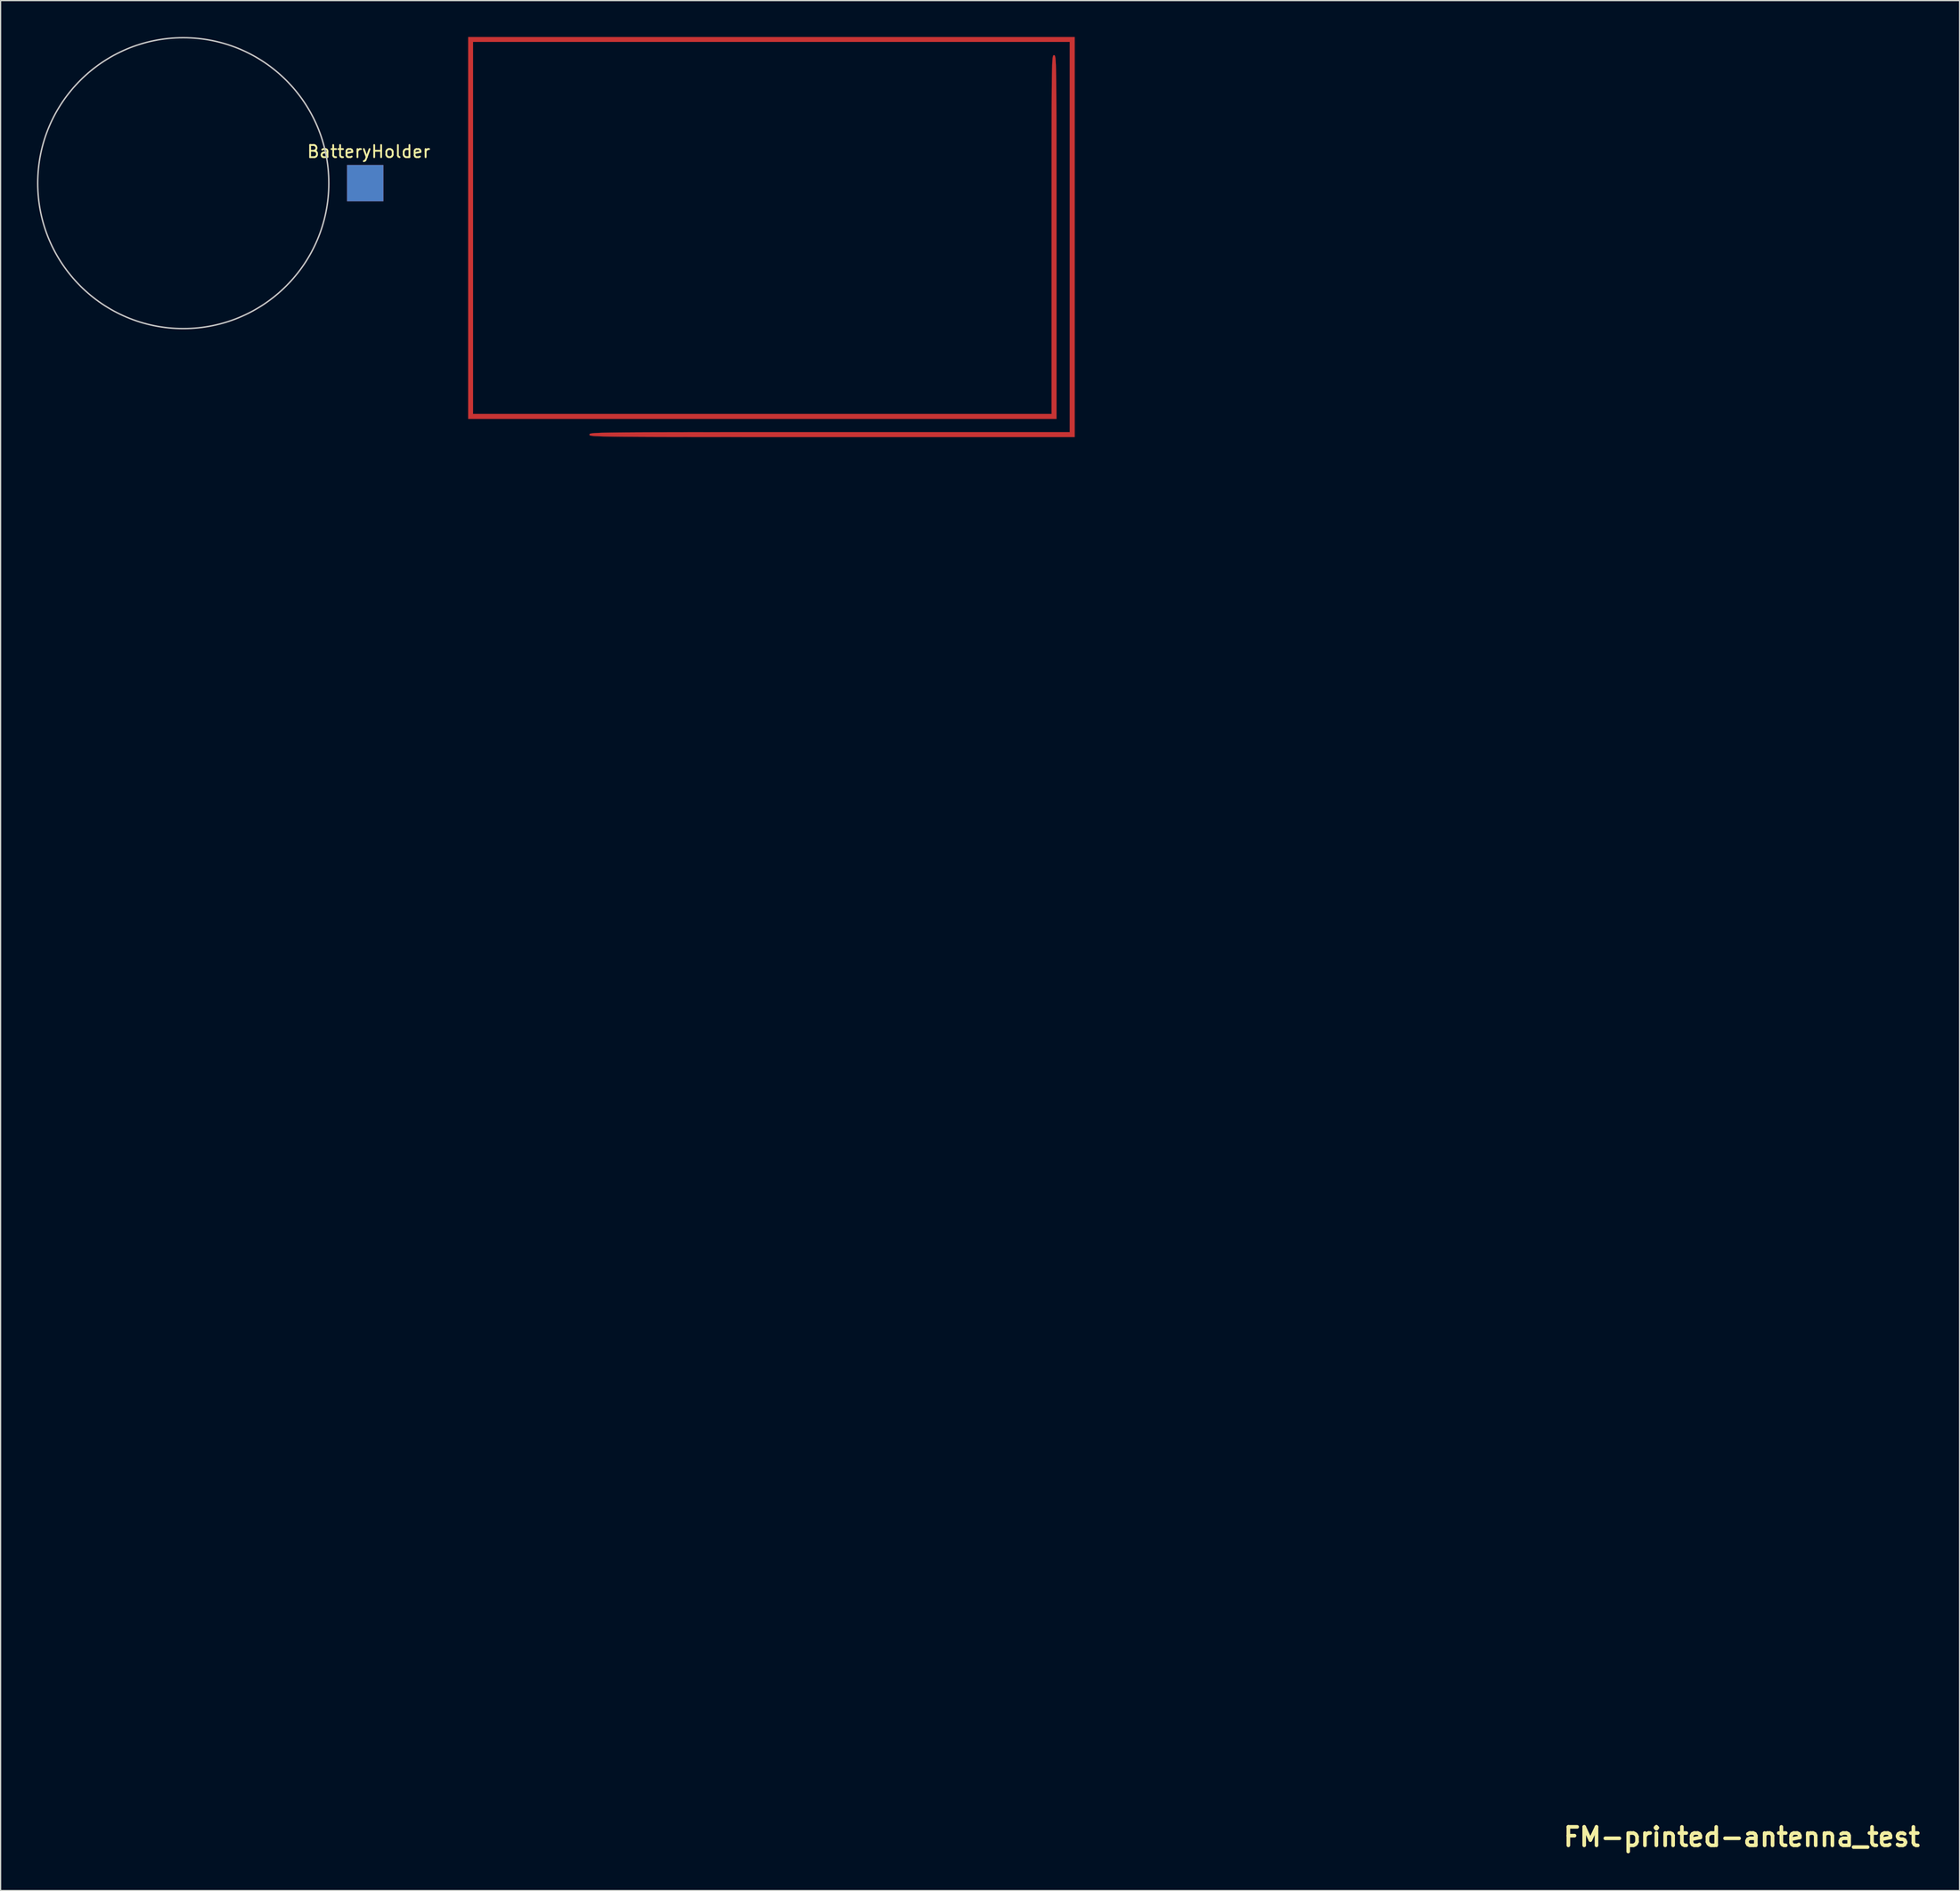
<source format=kicad_pcb>
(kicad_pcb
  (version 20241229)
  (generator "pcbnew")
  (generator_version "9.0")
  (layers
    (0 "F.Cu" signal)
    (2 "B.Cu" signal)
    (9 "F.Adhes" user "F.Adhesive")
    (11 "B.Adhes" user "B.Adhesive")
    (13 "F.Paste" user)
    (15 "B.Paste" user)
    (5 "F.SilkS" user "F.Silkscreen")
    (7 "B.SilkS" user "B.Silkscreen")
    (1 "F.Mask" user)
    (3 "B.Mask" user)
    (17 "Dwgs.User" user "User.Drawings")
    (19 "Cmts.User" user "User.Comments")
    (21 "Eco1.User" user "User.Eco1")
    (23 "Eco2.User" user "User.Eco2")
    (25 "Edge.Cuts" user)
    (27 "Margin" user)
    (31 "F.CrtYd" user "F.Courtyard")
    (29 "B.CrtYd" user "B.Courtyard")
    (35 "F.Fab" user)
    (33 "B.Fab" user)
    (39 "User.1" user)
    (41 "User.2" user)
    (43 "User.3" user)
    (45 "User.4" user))
  (footprint "FM-printed-antenna_test"
    (layer "F.Cu")
    (at 140.551 148.505)
    (property "Reference" "FM-printed-antenna_test" (at 0 0 0) (layer "F.SilkS") (effects (font (size 1.524 1.524) (thickness 0.3))))
    (attr through_hole)
    (fp_poly (pts (xy -55 -115.5) (xy -75 -115.5) (xy -77.351 -115.5) (xy -79.51 -115.5) (xy -81.485 -115.5) (xy -83.285 -115.501) (xy -84.918 -115.502) (xy -86.391 -115.503) (xy -87.713 -115.505) (xy -88.893 -115.507) (xy -89.938 -115.51) (xy -90.856 -115.514) (xy -91.656 -115.519) (xy -92.346 -115.524) (xy -92.933 -115.53) (xy -93.427 -115.538) (xy -93.835 -115.547) (xy -94.166 -115.557) (xy -94.427 -115.568) (xy -94.627 -115.58) (xy -94.774 -115.595) (xy -94.877 -115.61) (xy -94.942 -115.628) (xy -94.979 -115.647) (xy -94.995 -115.667) (xy -95 -115.69) (xy -95 -115.7) (xy -94.998 -115.724) (xy -94.988 -115.745) (xy -94.96 -115.765) (xy -94.907 -115.783) (xy -94.821 -115.8) (xy -94.692 -115.814) (xy -94.514 -115.828) (xy -94.278 -115.839) (xy -93.976 -115.85) (xy -93.598 -115.859) (xy -93.139 -115.867) (xy -92.588 -115.874) (xy -91.938 -115.88) (xy -91.181 -115.885) (xy -90.308 -115.889) (xy -89.311 -115.892) (xy -88.183 -115.894) (xy -86.914 -115.896) (xy -85.497 -115.898) (xy -83.923 -115.899) (xy -82.185 -115.899) (xy -80.273 -115.9) (xy -78.18 -115.9) (xy -75.898 -115.9) (xy -55.4 -115.9) (xy -55.4 -148.1) (xy -104.6 -148.1) (xy -104.6 -117.4) (xy -56.9 -117.4) (xy -56.9 -132.2) (xy -56.9 -134.209) (xy -56.9 -136.027) (xy -56.899 -137.664) (xy -56.899 -139.13) (xy -56.897 -140.433) (xy -56.895 -141.585) (xy -56.892 -142.593) (xy -56.889 -143.467) (xy -56.884 -144.218) (xy -56.878 -144.853) (xy -56.871 -145.384) (xy -56.862 -145.819) (xy -56.852 -146.168) (xy -56.84 -146.441) (xy -56.826 -146.646) (xy -56.811 -146.794) (xy -56.793 -146.893) (xy -56.773 -146.954) (xy -56.751 -146.986) (xy -56.727 -146.998) (xy -56.7 -147) (xy -56.673 -146.998) (xy -56.649 -146.986) (xy -56.627 -146.954) (xy -56.607 -146.892) (xy -56.589 -146.792) (xy -56.574 -146.644) (xy -56.56 -146.439) (xy -56.548 -146.167) (xy -56.538 -145.818) (xy -56.53 -145.384) (xy -56.522 -144.854) (xy -56.516 -144.22) (xy -56.512 -143.472) (xy -56.508 -142.6) (xy -56.505 -141.596) (xy -56.503 -140.449) (xy -56.502 -139.151) (xy -56.501 -137.691) (xy -56.5 -136.061) (xy -56.5 -134.25) (xy -56.5 -132.25) (xy -56.5 -132) (xy -56.5 -117) (xy -105 -117) (xy -105 -148.5) (xy -55 -148.5) (xy -55 -115.5)) (stroke (width 0.01) (type solid)) (fill yes) (layer "F.Cu")))
  (footprint "BatteryHolder"
    (layer "F.Cu")
    (at 27.06 12.06)
    (property "Reference" "BatteryHolder" (at 0.29 -2.6 0) (layer "F.SilkS") (effects (font (size 1 1) (thickness 0.15))))
    (attr smd)
    (fp_circle (center -15 0) (end -15 12) (stroke (width 0.12) (type solid)) (fill no) (layer "Dwgs.User"))
    (pad "1" smd rect (at 0 0) (size 3 3) (layers "F.Cu" "F.Mask" "F.Paste"))
    (pad "2" smd rect (at 0 0) (size 3 3) (layers "F.Mask" "B.Cu" "F.Paste")))
  (gr_rect
    (start -3 -3)
    (end 158.508 152.923)
    (stroke (width 0.1) (type default))
    (fill no)
    (layer "Edge.Cuts")))
</source>
